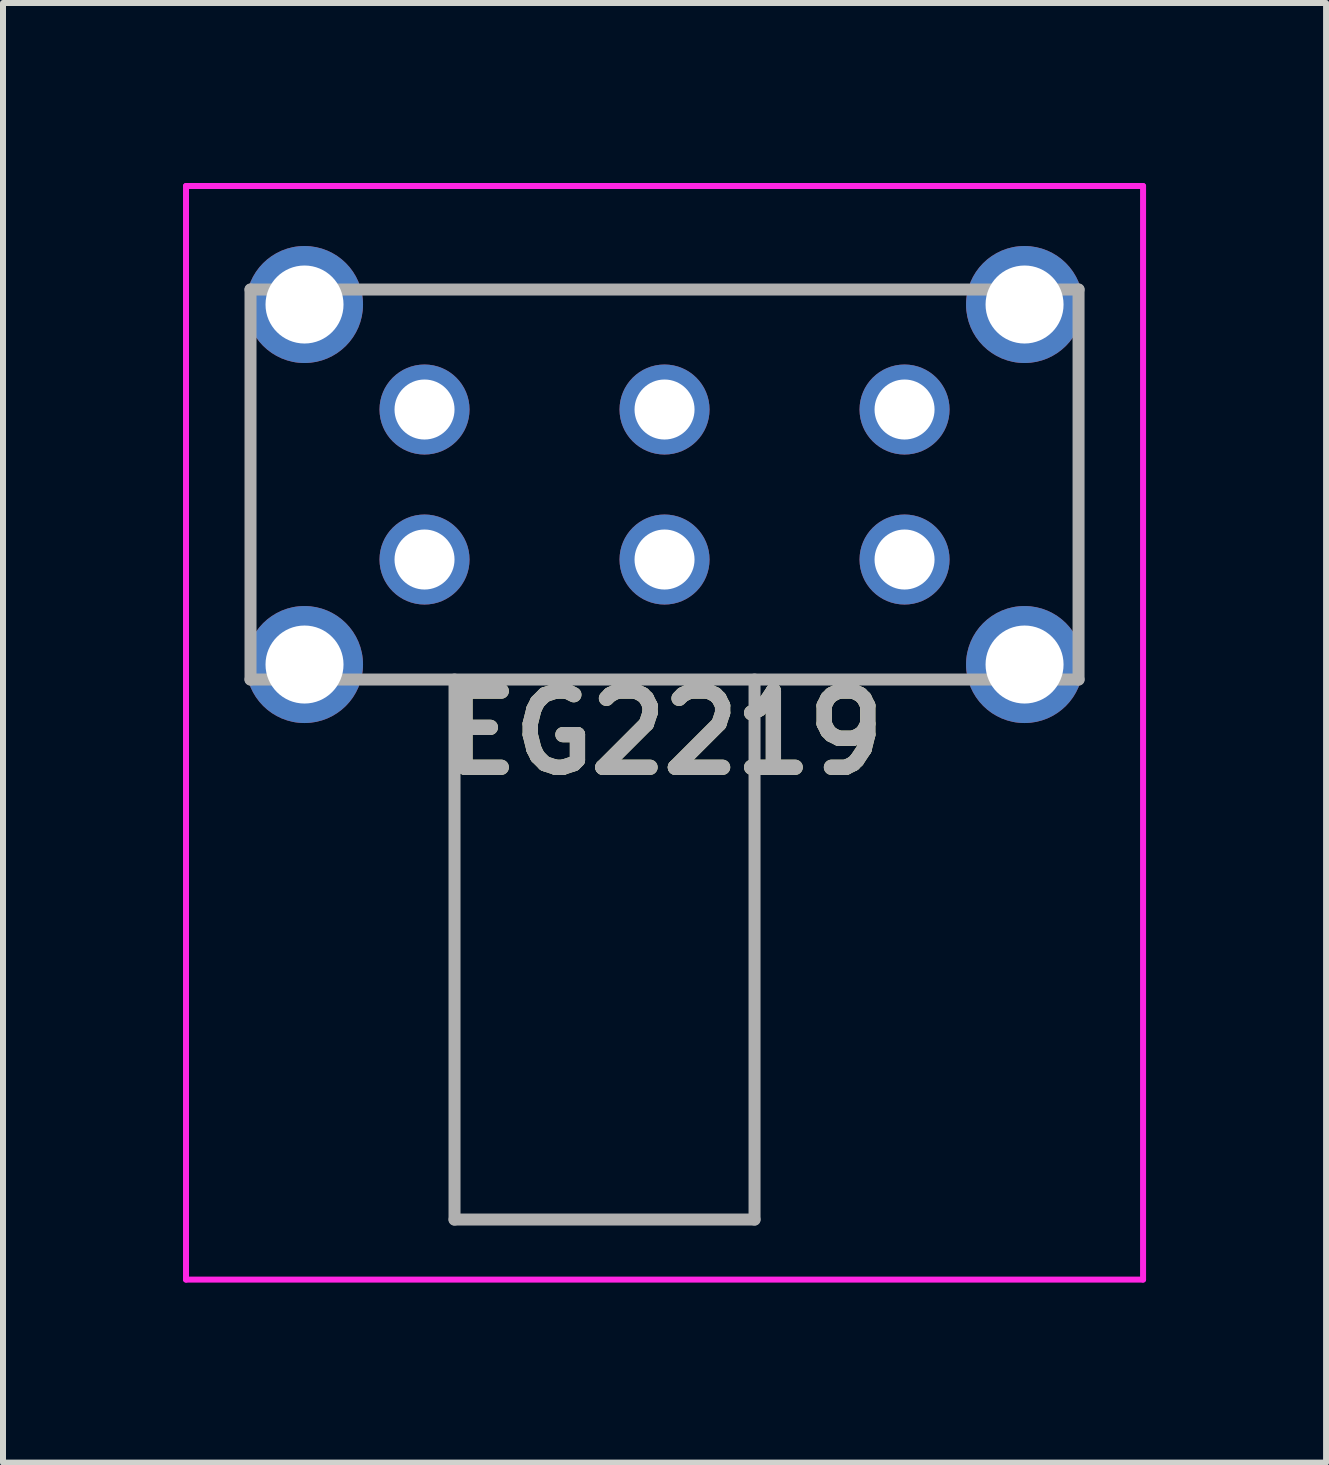
<source format=kicad_pcb>
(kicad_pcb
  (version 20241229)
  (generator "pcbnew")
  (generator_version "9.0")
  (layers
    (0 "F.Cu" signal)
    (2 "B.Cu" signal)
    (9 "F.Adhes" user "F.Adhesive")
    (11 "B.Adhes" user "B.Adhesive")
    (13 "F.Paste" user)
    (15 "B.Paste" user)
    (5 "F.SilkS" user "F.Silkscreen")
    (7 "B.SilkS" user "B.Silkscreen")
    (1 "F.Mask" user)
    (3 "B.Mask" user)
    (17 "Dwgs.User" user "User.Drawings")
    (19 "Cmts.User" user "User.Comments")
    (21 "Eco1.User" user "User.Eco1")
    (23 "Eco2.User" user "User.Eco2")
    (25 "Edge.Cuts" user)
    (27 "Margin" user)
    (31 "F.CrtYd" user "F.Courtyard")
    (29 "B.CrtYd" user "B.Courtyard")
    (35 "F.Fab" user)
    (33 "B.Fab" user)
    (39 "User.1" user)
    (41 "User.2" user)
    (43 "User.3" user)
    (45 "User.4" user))
  (footprint "EG2219"
    (layer "F.Cu")
    (at 4.025 6.275)
    (property "Reference" "EG2219" (at 4 2.888 0) (layer "F.SilkS") (effects (font (size 1.27 1.27) (thickness 0.254))))
    (attr through_hole)
    (fp_line (start -2.9 -3) (end -2.9 0.5) (stroke (width 0.1) (type solid)) (layer "F.SilkS"))
    (fp_line (start -0.5 -4.5) (end 8.5 -4.5) (stroke (width 0.1) (type solid)) (layer "F.SilkS"))
    (fp_line (start -0.5 2) (end 8.5 2) (stroke (width 0.1) (type solid)) (layer "F.SilkS"))
    (fp_line (start 0.5 2) (end 0.5 11) (stroke (width 0.1) (type solid)) (layer "F.SilkS"))
    (fp_line (start 0.5 11) (end 5.5 11) (stroke (width 0.1) (type solid)) (layer "F.SilkS"))
    (fp_line (start 5.5 11) (end 5.5 2) (stroke (width 0.1) (type solid)) (layer "F.SilkS"))
    (fp_line (start 10.9 -3) (end 10.9 0.5) (stroke (width 0.1) (type solid)) (layer "F.SilkS"))
    (fp_line (start -3.975 -6.225) (end 11.975 -6.225) (stroke (width 0.1) (type solid)) (layer "F.CrtYd"))
    (fp_line (start -3.975 12) (end -3.975 -6.225) (stroke (width 0.1) (type solid)) (layer "F.CrtYd"))
    (fp_line (start 11.975 -6.225) (end 11.975 12) (stroke (width 0.1) (type solid)) (layer "F.CrtYd"))
    (fp_line (start 11.975 12) (end -3.975 12) (stroke (width 0.1) (type solid)) (layer "F.CrtYd"))
    (fp_line (start -2.9 -4.5) (end 10.9 -4.5) (stroke (width 0.2) (type solid)) (layer "F.Fab"))
    (fp_line (start -2.9 2) (end -2.9 -4.5) (stroke (width 0.2) (type solid)) (layer "F.Fab"))
    (fp_line (start 0.5 2) (end 0.5 11) (stroke (width 0.2) (type solid)) (layer "F.Fab"))
    (fp_line (start 0.5 11) (end 5.5 11) (stroke (width 0.2) (type solid)) (layer "F.Fab"))
    (fp_line (start 5.5 11) (end 5.5 2) (stroke (width 0.2) (type solid)) (layer "F.Fab"))
    (fp_line (start 10.9 -4.5) (end 10.9 2) (stroke (width 0.2) (type solid)) (layer "F.Fab"))
    (fp_line (start 10.9 2) (end -2.9 2) (stroke (width 0.2) (type solid)) (layer "F.Fab"))
    (fp_text user "${REFERENCE}" (at 4 2.888 0) (layer "F.Fab") (effects (font (size 1.27 1.27) (thickness 0.254))))
    (pad "1" thru_hole circle (at 0 0) (size 1.5 1.5) (drill 1) (layers "*.Cu" "*.Mask"))
    (pad "2" thru_hole circle (at 4 0) (size 1.5 1.5) (drill 1) (layers "*.Cu" "*.Mask"))
    (pad "3" thru_hole circle (at 8 0) (size 1.5 1.5) (drill 1) (layers "*.Cu" "*.Mask"))
    (pad "4" thru_hole circle (at 8 -2.5) (size 1.5 1.5) (drill 1) (layers "*.Cu" "*.Mask"))
    (pad "5" thru_hole circle (at 4 -2.5) (size 1.5 1.5) (drill 1) (layers "*.Cu" "*.Mask"))
    (pad "6" thru_hole circle (at 0 -2.5) (size 1.5 1.5) (drill 1) (layers "*.Cu" "*.Mask"))
    (pad "MH1" thru_hole circle (at -2 1.75) (size 1.95 1.95) (drill 1.3) (layers "*.Cu" "*.Mask"))
    (pad "MH2" thru_hole circle (at -2 -4.25) (size 1.95 1.95) (drill 1.3) (layers "*.Cu" "*.Mask"))
    (pad "MH3" thru_hole circle (at 10 1.75) (size 1.95 1.95) (drill 1.3) (layers "*.Cu" "*.Mask"))
    (pad "MH4" thru_hole circle (at 10 -4.25) (size 1.95 1.95) (drill 1.3) (layers "*.Cu" "*.Mask")))
  (gr_rect
    (start -3 -3)
    (end 19.05 21.325)
    (stroke (width 0.1) (type default))
    (fill no)
    (layer "Edge.Cuts")))
</source>
